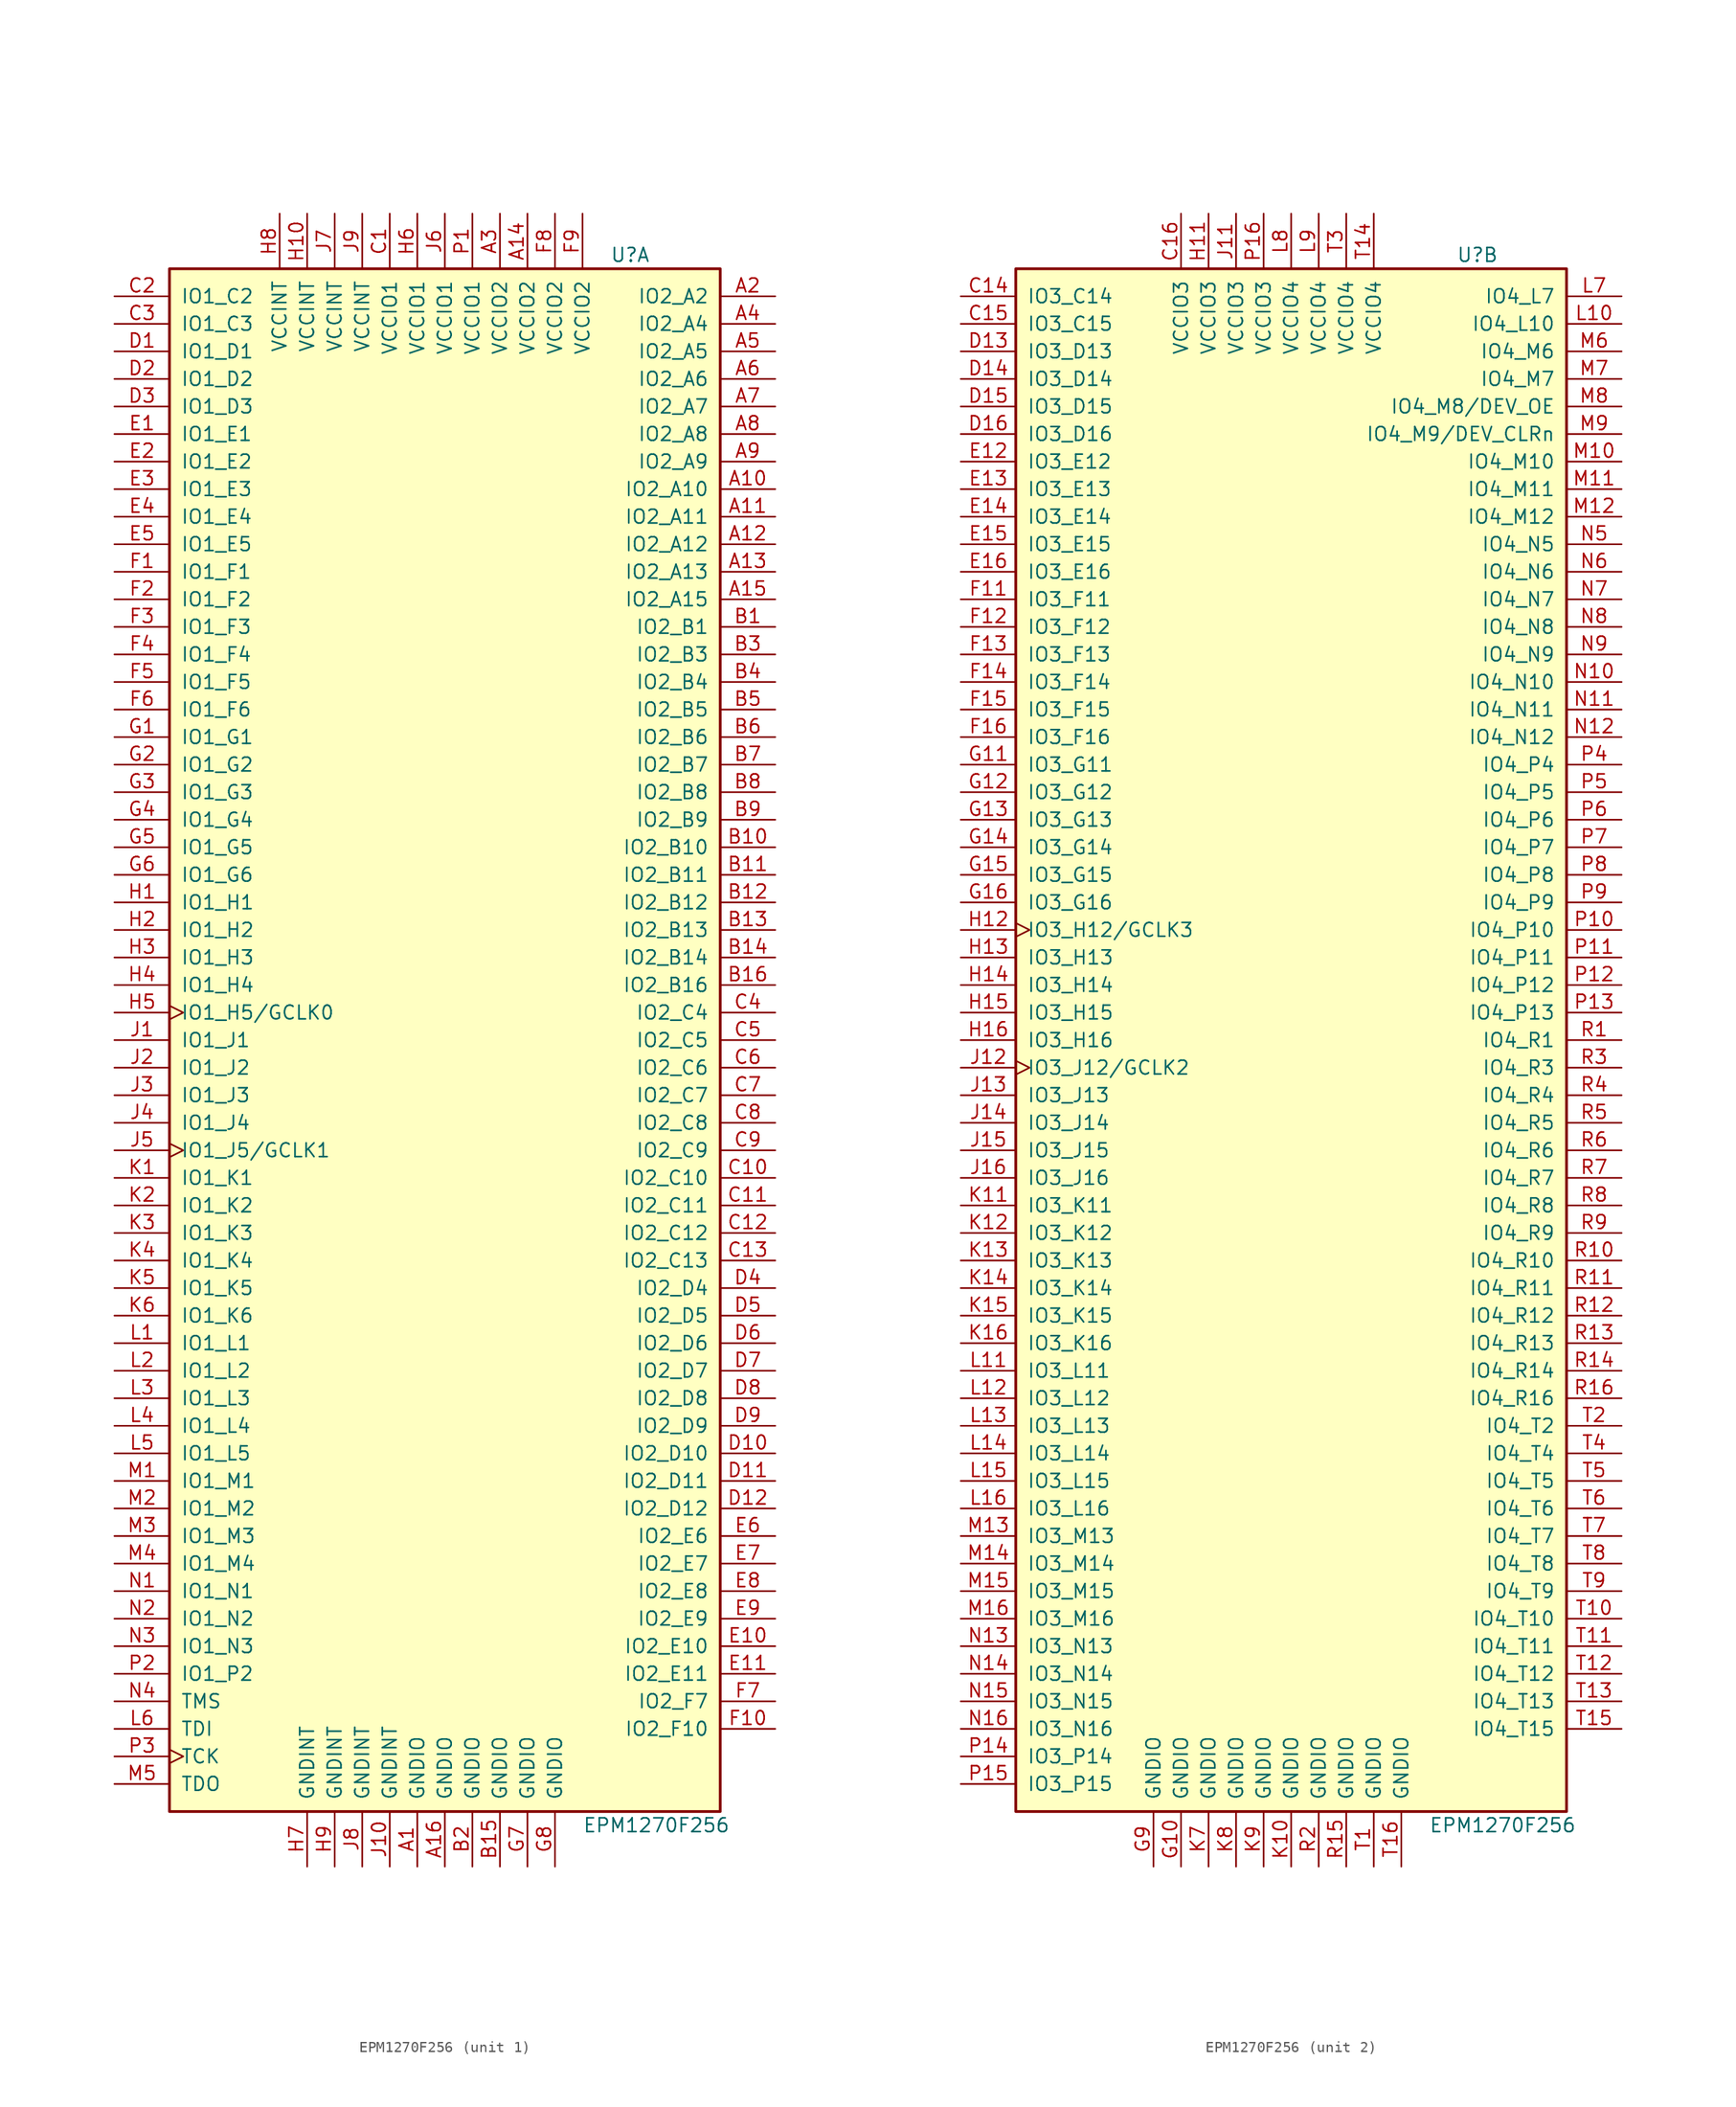
<source format=kicad_sym>
(kicad_symbol_lib
  (version 20201005)
  (generator kicad_symbol_editor)
  (symbol "EPM1270F256"
    (pin_names
      (offset 1.016))
    (property "Reference" "U"
      (at 15.24 72.39 0)
      (effects (font (size 1.27 1.27)) (justify left)))
    (property "Value" "EPM1270F256"
      (at 12.7 -72.39 0)
      (effects (font (size 1.27 1.27)) (justify left)))
    (property "ki_locked" ""
      (at 0 0 0)
      (effects (font (size 1.27 1.27))))
    (symbol "EPM1270F256_1_1"
      (rectangle (start -25.4 71.12) (end 25.4 -71.12) (stroke (width 0.254)) (fill (type background)))
      (pin bidirectional line (at 30.48 68.58 180) (length 5.08) (name "IO2_A2" (effects (font (size 1.27 1.27)))) (number "A2" (effects (font (size 1.27 1.27)))))
      (pin bidirectional line (at 30.48 66.04 180) (length 5.08) (name "IO2_A4" (effects (font (size 1.27 1.27)))) (number "A4" (effects (font (size 1.27 1.27)))))
      (pin bidirectional line (at 30.48 63.5 180) (length 5.08) (name "IO2_A5" (effects (font (size 1.27 1.27)))) (number "A5" (effects (font (size 1.27 1.27)))))
      (pin bidirectional line (at 30.48 60.96 180) (length 5.08) (name "IO2_A6" (effects (font (size 1.27 1.27)))) (number "A6" (effects (font (size 1.27 1.27)))))
      (pin bidirectional line (at 30.48 58.42 180) (length 5.08) (name "IO2_A7" (effects (font (size 1.27 1.27)))) (number "A7" (effects (font (size 1.27 1.27)))))
      (pin bidirectional line (at 30.48 55.88 180) (length 5.08) (name "IO2_A8" (effects (font (size 1.27 1.27)))) (number "A8" (effects (font (size 1.27 1.27)))))
      (pin bidirectional line (at 30.48 53.34 180) (length 5.08) (name "IO2_A9" (effects (font (size 1.27 1.27)))) (number "A9" (effects (font (size 1.27 1.27)))))
      (pin bidirectional line (at 30.48 50.8 180) (length 5.08) (name "IO2_A10" (effects (font (size 1.27 1.27)))) (number "A10" (effects (font (size 1.27 1.27)))))
      (pin bidirectional line (at 30.48 48.26 180) (length 5.08) (name "IO2_A11" (effects (font (size 1.27 1.27)))) (number "A11" (effects (font (size 1.27 1.27)))))
      (pin bidirectional line (at 30.48 45.72 180) (length 5.08) (name "IO2_A12" (effects (font (size 1.27 1.27)))) (number "A12" (effects (font (size 1.27 1.27)))))
      (pin bidirectional line (at 30.48 43.18 180) (length 5.08) (name "IO2_A13" (effects (font (size 1.27 1.27)))) (number "A13" (effects (font (size 1.27 1.27)))))
      (pin bidirectional line (at 30.48 40.64 180) (length 5.08) (name "IO2_A15" (effects (font (size 1.27 1.27)))) (number "A15" (effects (font (size 1.27 1.27)))))
      (pin bidirectional line (at 30.48 38.1 180) (length 5.08) (name "IO2_B1" (effects (font (size 1.27 1.27)))) (number "B1" (effects (font (size 1.27 1.27)))))
      (pin bidirectional line (at 30.48 35.56 180) (length 5.08) (name "IO2_B3" (effects (font (size 1.27 1.27)))) (number "B3" (effects (font (size 1.27 1.27)))))
      (pin bidirectional line (at 30.48 33.02 180) (length 5.08) (name "IO2_B4" (effects (font (size 1.27 1.27)))) (number "B4" (effects (font (size 1.27 1.27)))))
      (pin bidirectional line (at 30.48 30.48 180) (length 5.08) (name "IO2_B5" (effects (font (size 1.27 1.27)))) (number "B5" (effects (font (size 1.27 1.27)))))
      (pin bidirectional line (at 30.48 27.94 180) (length 5.08) (name "IO2_B6" (effects (font (size 1.27 1.27)))) (number "B6" (effects (font (size 1.27 1.27)))))
      (pin bidirectional line (at 30.48 25.4 180) (length 5.08) (name "IO2_B7" (effects (font (size 1.27 1.27)))) (number "B7" (effects (font (size 1.27 1.27)))))
      (pin bidirectional line (at 30.48 22.86 180) (length 5.08) (name "IO2_B8" (effects (font (size 1.27 1.27)))) (number "B8" (effects (font (size 1.27 1.27)))))
      (pin bidirectional line (at 30.48 20.32 180) (length 5.08) (name "IO2_B9" (effects (font (size 1.27 1.27)))) (number "B9" (effects (font (size 1.27 1.27)))))
      (pin bidirectional line (at 30.48 17.78 180) (length 5.08) (name "IO2_B10" (effects (font (size 1.27 1.27)))) (number "B10" (effects (font (size 1.27 1.27)))))
      (pin bidirectional line (at 30.48 15.24 180) (length 5.08) (name "IO2_B11" (effects (font (size 1.27 1.27)))) (number "B11" (effects (font (size 1.27 1.27)))))
      (pin bidirectional line (at 30.48 12.7 180) (length 5.08) (name "IO2_B12" (effects (font (size 1.27 1.27)))) (number "B12" (effects (font (size 1.27 1.27)))))
      (pin bidirectional line (at 30.48 10.16 180) (length 5.08) (name "IO2_B13" (effects (font (size 1.27 1.27)))) (number "B13" (effects (font (size 1.27 1.27)))))
      (pin bidirectional line (at 30.48 7.62 180) (length 5.08) (name "IO2_B14" (effects (font (size 1.27 1.27)))) (number "B14" (effects (font (size 1.27 1.27)))))
      (pin bidirectional line (at 30.48 5.08 180) (length 5.08) (name "IO2_B16" (effects (font (size 1.27 1.27)))) (number "B16" (effects (font (size 1.27 1.27)))))
      (pin bidirectional line (at -30.48 68.58 0) (length 5.08) (name "IO1_C2" (effects (font (size 1.27 1.27)))) (number "C2" (effects (font (size 1.27 1.27)))))
      (pin bidirectional line (at -30.48 66.04 0) (length 5.08) (name "IO1_C3" (effects (font (size 1.27 1.27)))) (number "C3" (effects (font (size 1.27 1.27)))))
      (pin bidirectional line (at 30.48 2.54 180) (length 5.08) (name "IO2_C4" (effects (font (size 1.27 1.27)))) (number "C4" (effects (font (size 1.27 1.27)))))
      (pin bidirectional line (at 30.48 0 180) (length 5.08) (name "IO2_C5" (effects (font (size 1.27 1.27)))) (number "C5" (effects (font (size 1.27 1.27)))))
      (pin bidirectional line (at 30.48 -2.54 180) (length 5.08) (name "IO2_C6" (effects (font (size 1.27 1.27)))) (number "C6" (effects (font (size 1.27 1.27)))))
      (pin bidirectional line (at 30.48 -5.08 180) (length 5.08) (name "IO2_C7" (effects (font (size 1.27 1.27)))) (number "C7" (effects (font (size 1.27 1.27)))))
      (pin bidirectional line (at 30.48 -7.62 180) (length 5.08) (name "IO2_C8" (effects (font (size 1.27 1.27)))) (number "C8" (effects (font (size 1.27 1.27)))))
      (pin bidirectional line (at 30.48 -10.16 180) (length 5.08) (name "IO2_C9" (effects (font (size 1.27 1.27)))) (number "C9" (effects (font (size 1.27 1.27)))))
      (pin bidirectional line (at 30.48 -12.7 180) (length 5.08) (name "IO2_C10" (effects (font (size 1.27 1.27)))) (number "C10" (effects (font (size 1.27 1.27)))))
      (pin bidirectional line (at 30.48 -15.24 180) (length 5.08) (name "IO2_C11" (effects (font (size 1.27 1.27)))) (number "C11" (effects (font (size 1.27 1.27)))))
      (pin bidirectional line (at 30.48 -17.78 180) (length 5.08) (name "IO2_C12" (effects (font (size 1.27 1.27)))) (number "C12" (effects (font (size 1.27 1.27)))))
      (pin bidirectional line (at 30.48 -20.32 180) (length 5.08) (name "IO2_C13" (effects (font (size 1.27 1.27)))) (number "C13" (effects (font (size 1.27 1.27)))))
      (pin bidirectional line (at -30.48 63.5 0) (length 5.08) (name "IO1_D1" (effects (font (size 1.27 1.27)))) (number "D1" (effects (font (size 1.27 1.27)))))
      (pin bidirectional line (at -30.48 60.96 0) (length 5.08) (name "IO1_D2" (effects (font (size 1.27 1.27)))) (number "D2" (effects (font (size 1.27 1.27)))))
      (pin bidirectional line (at -30.48 58.42 0) (length 5.08) (name "IO1_D3" (effects (font (size 1.27 1.27)))) (number "D3" (effects (font (size 1.27 1.27)))))
      (pin bidirectional line (at 30.48 -22.86 180) (length 5.08) (name "IO2_D4" (effects (font (size 1.27 1.27)))) (number "D4" (effects (font (size 1.27 1.27)))))
      (pin bidirectional line (at 30.48 -25.4 180) (length 5.08) (name "IO2_D5" (effects (font (size 1.27 1.27)))) (number "D5" (effects (font (size 1.27 1.27)))))
      (pin bidirectional line (at 30.48 -27.94 180) (length 5.08) (name "IO2_D6" (effects (font (size 1.27 1.27)))) (number "D6" (effects (font (size 1.27 1.27)))))
      (pin bidirectional line (at 30.48 -30.48 180) (length 5.08) (name "IO2_D7" (effects (font (size 1.27 1.27)))) (number "D7" (effects (font (size 1.27 1.27)))))
      (pin bidirectional line (at 30.48 -33.02 180) (length 5.08) (name "IO2_D8" (effects (font (size 1.27 1.27)))) (number "D8" (effects (font (size 1.27 1.27)))))
      (pin bidirectional line (at 30.48 -35.56 180) (length 5.08) (name "IO2_D9" (effects (font (size 1.27 1.27)))) (number "D9" (effects (font (size 1.27 1.27)))))
      (pin bidirectional line (at 30.48 -38.1 180) (length 5.08) (name "IO2_D10" (effects (font (size 1.27 1.27)))) (number "D10" (effects (font (size 1.27 1.27)))))
      (pin bidirectional line (at 30.48 -40.64 180) (length 5.08) (name "IO2_D11" (effects (font (size 1.27 1.27)))) (number "D11" (effects (font (size 1.27 1.27)))))
      (pin bidirectional line (at 30.48 -43.18 180) (length 5.08) (name "IO2_D12" (effects (font (size 1.27 1.27)))) (number "D12" (effects (font (size 1.27 1.27)))))
      (pin bidirectional line (at -30.48 55.88 0) (length 5.08) (name "IO1_E1" (effects (font (size 1.27 1.27)))) (number "E1" (effects (font (size 1.27 1.27)))))
      (pin bidirectional line (at -30.48 53.34 0) (length 5.08) (name "IO1_E2" (effects (font (size 1.27 1.27)))) (number "E2" (effects (font (size 1.27 1.27)))))
      (pin bidirectional line (at -30.48 50.8 0) (length 5.08) (name "IO1_E3" (effects (font (size 1.27 1.27)))) (number "E3" (effects (font (size 1.27 1.27)))))
      (pin bidirectional line (at -30.48 48.26 0) (length 5.08) (name "IO1_E4" (effects (font (size 1.27 1.27)))) (number "E4" (effects (font (size 1.27 1.27)))))
      (pin bidirectional line (at -30.48 45.72 0) (length 5.08) (name "IO1_E5" (effects (font (size 1.27 1.27)))) (number "E5" (effects (font (size 1.27 1.27)))))
      (pin bidirectional line (at 30.48 -45.72 180) (length 5.08) (name "IO2_E6" (effects (font (size 1.27 1.27)))) (number "E6" (effects (font (size 1.27 1.27)))))
      (pin bidirectional line (at 30.48 -48.26 180) (length 5.08) (name "IO2_E7" (effects (font (size 1.27 1.27)))) (number "E7" (effects (font (size 1.27 1.27)))))
      (pin bidirectional line (at 30.48 -50.8 180) (length 5.08) (name "IO2_E8" (effects (font (size 1.27 1.27)))) (number "E8" (effects (font (size 1.27 1.27)))))
      (pin bidirectional line (at 30.48 -53.34 180) (length 5.08) (name "IO2_E9" (effects (font (size 1.27 1.27)))) (number "E9" (effects (font (size 1.27 1.27)))))
      (pin bidirectional line (at 30.48 -55.88 180) (length 5.08) (name "IO2_E10" (effects (font (size 1.27 1.27)))) (number "E10" (effects (font (size 1.27 1.27)))))
      (pin bidirectional line (at 30.48 -58.42 180) (length 5.08) (name "IO2_E11" (effects (font (size 1.27 1.27)))) (number "E11" (effects (font (size 1.27 1.27)))))
      (pin bidirectional line (at -30.48 43.18 0) (length 5.08) (name "IO1_F1" (effects (font (size 1.27 1.27)))) (number "F1" (effects (font (size 1.27 1.27)))))
      (pin bidirectional line (at -30.48 40.64 0) (length 5.08) (name "IO1_F2" (effects (font (size 1.27 1.27)))) (number "F2" (effects (font (size 1.27 1.27)))))
      (pin bidirectional line (at -30.48 38.1 0) (length 5.08) (name "IO1_F3" (effects (font (size 1.27 1.27)))) (number "F3" (effects (font (size 1.27 1.27)))))
      (pin bidirectional line (at -30.48 35.56 0) (length 5.08) (name "IO1_F4" (effects (font (size 1.27 1.27)))) (number "F4" (effects (font (size 1.27 1.27)))))
      (pin bidirectional line (at -30.48 33.02 0) (length 5.08) (name "IO1_F5" (effects (font (size 1.27 1.27)))) (number "F5" (effects (font (size 1.27 1.27)))))
      (pin bidirectional line (at -30.48 30.48 0) (length 5.08) (name "IO1_F6" (effects (font (size 1.27 1.27)))) (number "F6" (effects (font (size 1.27 1.27)))))
      (pin bidirectional line (at 30.48 -60.96 180) (length 5.08) (name "IO2_F7" (effects (font (size 1.27 1.27)))) (number "F7" (effects (font (size 1.27 1.27)))))
      (pin bidirectional line (at 30.48 -63.5 180) (length 5.08) (name "IO2_F10" (effects (font (size 1.27 1.27)))) (number "F10" (effects (font (size 1.27 1.27)))))
      (pin bidirectional line (at -30.48 27.94 0) (length 5.08) (name "IO1_G1" (effects (font (size 1.27 1.27)))) (number "G1" (effects (font (size 1.27 1.27)))))
      (pin bidirectional line (at -30.48 25.4 0) (length 5.08) (name "IO1_G2" (effects (font (size 1.27 1.27)))) (number "G2" (effects (font (size 1.27 1.27)))))
      (pin bidirectional line (at -30.48 22.86 0) (length 5.08) (name "IO1_G3" (effects (font (size 1.27 1.27)))) (number "G3" (effects (font (size 1.27 1.27)))))
      (pin bidirectional line (at -30.48 20.32 0) (length 5.08) (name "IO1_G4" (effects (font (size 1.27 1.27)))) (number "G4" (effects (font (size 1.27 1.27)))))
      (pin bidirectional line (at -30.48 17.78 0) (length 5.08) (name "IO1_G5" (effects (font (size 1.27 1.27)))) (number "G5" (effects (font (size 1.27 1.27)))))
      (pin bidirectional line (at -30.48 15.24 0) (length 5.08) (name "IO1_G6" (effects (font (size 1.27 1.27)))) (number "G6" (effects (font (size 1.27 1.27)))))
      (pin bidirectional line (at -30.48 12.7 0) (length 5.08) (name "IO1_H1" (effects (font (size 1.27 1.27)))) (number "H1" (effects (font (size 1.27 1.27)))))
      (pin bidirectional line (at -30.48 10.16 0) (length 5.08) (name "IO1_H2" (effects (font (size 1.27 1.27)))) (number "H2" (effects (font (size 1.27 1.27)))))
      (pin bidirectional line (at -30.48 7.62 0) (length 5.08) (name "IO1_H3" (effects (font (size 1.27 1.27)))) (number "H3" (effects (font (size 1.27 1.27)))))
      (pin bidirectional line (at -30.48 5.08 0) (length 5.08) (name "IO1_H4" (effects (font (size 1.27 1.27)))) (number "H4" (effects (font (size 1.27 1.27)))))
      (pin bidirectional clock (at -30.48 2.54 0) (length 5.08) (name "IO1_H5/GCLK0" (effects (font (size 1.27 1.27)))) (number "H5" (effects (font (size 1.27 1.27)))))
      (pin bidirectional line (at -30.48 0 0) (length 5.08) (name "IO1_J1" (effects (font (size 1.27 1.27)))) (number "J1" (effects (font (size 1.27 1.27)))))
      (pin bidirectional line (at -30.48 -2.54 0) (length 5.08) (name "IO1_J2" (effects (font (size 1.27 1.27)))) (number "J2" (effects (font (size 1.27 1.27)))))
      (pin bidirectional line (at -30.48 -5.08 0) (length 5.08) (name "IO1_J3" (effects (font (size 1.27 1.27)))) (number "J3" (effects (font (size 1.27 1.27)))))
      (pin bidirectional line (at -30.48 -7.62 0) (length 5.08) (name "IO1_J4" (effects (font (size 1.27 1.27)))) (number "J4" (effects (font (size 1.27 1.27)))))
      (pin bidirectional clock (at -30.48 -10.16 0) (length 5.08) (name "IO1_J5/GCLK1" (effects (font (size 1.27 1.27)))) (number "J5" (effects (font (size 1.27 1.27)))))
      (pin bidirectional line (at -30.48 -12.7 0) (length 5.08) (name "IO1_K1" (effects (font (size 1.27 1.27)))) (number "K1" (effects (font (size 1.27 1.27)))))
      (pin bidirectional line (at -30.48 -15.24 0) (length 5.08) (name "IO1_K2" (effects (font (size 1.27 1.27)))) (number "K2" (effects (font (size 1.27 1.27)))))
      (pin bidirectional line (at -30.48 -17.78 0) (length 5.08) (name "IO1_K3" (effects (font (size 1.27 1.27)))) (number "K3" (effects (font (size 1.27 1.27)))))
      (pin bidirectional line (at -30.48 -20.32 0) (length 5.08) (name "IO1_K4" (effects (font (size 1.27 1.27)))) (number "K4" (effects (font (size 1.27 1.27)))))
      (pin bidirectional line (at -30.48 -22.86 0) (length 5.08) (name "IO1_K5" (effects (font (size 1.27 1.27)))) (number "K5" (effects (font (size 1.27 1.27)))))
      (pin bidirectional line (at -30.48 -25.4 0) (length 5.08) (name "IO1_K6" (effects (font (size 1.27 1.27)))) (number "K6" (effects (font (size 1.27 1.27)))))
      (pin bidirectional line (at -30.48 -27.94 0) (length 5.08) (name "IO1_L1" (effects (font (size 1.27 1.27)))) (number "L1" (effects (font (size 1.27 1.27)))))
      (pin bidirectional line (at -30.48 -30.48 0) (length 5.08) (name "IO1_L2" (effects (font (size 1.27 1.27)))) (number "L2" (effects (font (size 1.27 1.27)))))
      (pin bidirectional line (at -30.48 -33.02 0) (length 5.08) (name "IO1_L3" (effects (font (size 1.27 1.27)))) (number "L3" (effects (font (size 1.27 1.27)))))
      (pin bidirectional line (at -30.48 -35.56 0) (length 5.08) (name "IO1_L4" (effects (font (size 1.27 1.27)))) (number "L4" (effects (font (size 1.27 1.27)))))
      (pin bidirectional line (at -30.48 -38.1 0) (length 5.08) (name "IO1_L5" (effects (font (size 1.27 1.27)))) (number "L5" (effects (font (size 1.27 1.27)))))
      (pin bidirectional line (at -30.48 -40.64 0) (length 5.08) (name "IO1_M1" (effects (font (size 1.27 1.27)))) (number "M1" (effects (font (size 1.27 1.27)))))
      (pin bidirectional line (at -30.48 -43.18 0) (length 5.08) (name "IO1_M2" (effects (font (size 1.27 1.27)))) (number "M2" (effects (font (size 1.27 1.27)))))
      (pin bidirectional line (at -30.48 -45.72 0) (length 5.08) (name "IO1_M3" (effects (font (size 1.27 1.27)))) (number "M3" (effects (font (size 1.27 1.27)))))
      (pin bidirectional line (at -30.48 -48.26 0) (length 5.08) (name "IO1_M4" (effects (font (size 1.27 1.27)))) (number "M4" (effects (font (size 1.27 1.27)))))
      (pin bidirectional line (at -30.48 -50.8 0) (length 5.08) (name "IO1_N1" (effects (font (size 1.27 1.27)))) (number "N1" (effects (font (size 1.27 1.27)))))
      (pin bidirectional line (at -30.48 -53.34 0) (length 5.08) (name "IO1_N2" (effects (font (size 1.27 1.27)))) (number "N2" (effects (font (size 1.27 1.27)))))
      (pin bidirectional line (at -30.48 -55.88 0) (length 5.08) (name "IO1_N3" (effects (font (size 1.27 1.27)))) (number "N3" (effects (font (size 1.27 1.27)))))
      (pin bidirectional line (at -30.48 -58.42 0) (length 5.08) (name "IO1_P2" (effects (font (size 1.27 1.27)))) (number "P2" (effects (font (size 1.27 1.27)))))
      (pin input line (at -30.48 -60.96 0) (length 5.08) (name "TMS" (effects (font (size 1.27 1.27)))) (number "N4" (effects (font (size 1.27 1.27)))))
      (pin input line (at -30.48 -63.5 0) (length 5.08) (name "TDI" (effects (font (size 1.27 1.27)))) (number "L6" (effects (font (size 1.27 1.27)))))
      (pin input clock (at -30.48 -66.04 0) (length 5.08) (name "TCK" (effects (font (size 1.27 1.27)))) (number "P3" (effects (font (size 1.27 1.27)))))
      (pin output line (at -30.48 -68.58 0) (length 5.08) (name "TDO" (effects (font (size 1.27 1.27)))) (number "M5" (effects (font (size 1.27 1.27)))))
      (pin power_in line (at -12.7 -76.2 90) (length 5.08) (name "GNDINT" (effects (font (size 1.27 1.27)))) (number "H7" (effects (font (size 1.27 1.27)))))
      (pin power_in line (at -10.16 -76.2 90) (length 5.08) (name "GNDINT" (effects (font (size 1.27 1.27)))) (number "H9" (effects (font (size 1.27 1.27)))))
      (pin power_in line (at -7.62 -76.2 90) (length 5.08) (name "GNDINT" (effects (font (size 1.27 1.27)))) (number "J8" (effects (font (size 1.27 1.27)))))
      (pin power_in line (at -5.08 -76.2 90) (length 5.08) (name "GNDINT" (effects (font (size 1.27 1.27)))) (number "J10" (effects (font (size 1.27 1.27)))))
      (pin power_in line (at -2.54 -76.2 90) (length 5.08) (name "GNDIO" (effects (font (size 1.27 1.27)))) (number "A1" (effects (font (size 1.27 1.27)))))
      (pin power_in line (at 0 -76.2 90) (length 5.08) (name "GNDIO" (effects (font (size 1.27 1.27)))) (number "A16" (effects (font (size 1.27 1.27)))))
      (pin power_in line (at 2.54 -76.2 90) (length 5.08) (name "GNDIO" (effects (font (size 1.27 1.27)))) (number "B2" (effects (font (size 1.27 1.27)))))
      (pin power_in line (at 5.08 -76.2 90) (length 5.08) (name "GNDIO" (effects (font (size 1.27 1.27)))) (number "B15" (effects (font (size 1.27 1.27)))))
      (pin power_in line (at 7.62 -76.2 90) (length 5.08) (name "GNDIO" (effects (font (size 1.27 1.27)))) (number "G7" (effects (font (size 1.27 1.27)))))
      (pin power_in line (at 10.16 -76.2 90) (length 5.08) (name "GNDIO" (effects (font (size 1.27 1.27)))) (number "G8" (effects (font (size 1.27 1.27)))))
      (pin power_in line (at -15.24 76.2 270) (length 5.08) (name "VCCINT" (effects (font (size 1.27 1.27)))) (number "H8" (effects (font (size 1.27 1.27)))))
      (pin power_in line (at -12.7 76.2 270) (length 5.08) (name "VCCINT" (effects (font (size 1.27 1.27)))) (number "H10" (effects (font (size 1.27 1.27)))))
      (pin power_in line (at -10.16 76.2 270) (length 5.08) (name "VCCINT" (effects (font (size 1.27 1.27)))) (number "J7" (effects (font (size 1.27 1.27)))))
      (pin power_in line (at -7.62 76.2 270) (length 5.08) (name "VCCINT" (effects (font (size 1.27 1.27)))) (number "J9" (effects (font (size 1.27 1.27)))))
      (pin power_in line (at -5.08 76.2 270) (length 5.08) (name "VCCIO1" (effects (font (size 1.27 1.27)))) (number "C1" (effects (font (size 1.27 1.27)))))
      (pin power_in line (at -2.54 76.2 270) (length 5.08) (name "VCCIO1" (effects (font (size 1.27 1.27)))) (number "H6" (effects (font (size 1.27 1.27)))))
      (pin power_in line (at 0 76.2 270) (length 5.08) (name "VCCIO1" (effects (font (size 1.27 1.27)))) (number "J6" (effects (font (size 1.27 1.27)))))
      (pin power_in line (at 2.54 76.2 270) (length 5.08) (name "VCCIO1" (effects (font (size 1.27 1.27)))) (number "P1" (effects (font (size 1.27 1.27)))))
      (pin power_in line (at 5.08 76.2 270) (length 5.08) (name "VCCIO2" (effects (font (size 1.27 1.27)))) (number "A3" (effects (font (size 1.27 1.27)))))
      (pin power_in line (at 7.62 76.2 270) (length 5.08) (name "VCCIO2" (effects (font (size 1.27 1.27)))) (number "A14" (effects (font (size 1.27 1.27)))))
      (pin power_in line (at 10.16 76.2 270) (length 5.08) (name "VCCIO2" (effects (font (size 1.27 1.27)))) (number "F8" (effects (font (size 1.27 1.27)))))
      (pin power_in line (at 12.7 76.2 270) (length 5.08) (name "VCCIO2" (effects (font (size 1.27 1.27)))) (number "F9" (effects (font (size 1.27 1.27))))))
    (symbol "EPM1270F256_2_1"
      (rectangle (start -25.4 71.12) (end 25.4 -71.12) (stroke (width 0.254)) (fill (type background)))
      (pin bidirectional line (at -30.48 68.58 0) (length 5.08) (name "IO3_C14" (effects (font (size 1.27 1.27)))) (number "C14" (effects (font (size 1.27 1.27)))))
      (pin bidirectional line (at -30.48 66.04 0) (length 5.08) (name "IO3_C15" (effects (font (size 1.27 1.27)))) (number "C15" (effects (font (size 1.27 1.27)))))
      (pin bidirectional line (at -30.48 63.5 0) (length 5.08) (name "IO3_D13" (effects (font (size 1.27 1.27)))) (number "D13" (effects (font (size 1.27 1.27)))))
      (pin bidirectional line (at -30.48 60.96 0) (length 5.08) (name "IO3_D14" (effects (font (size 1.27 1.27)))) (number "D14" (effects (font (size 1.27 1.27)))))
      (pin bidirectional line (at -30.48 58.42 0) (length 5.08) (name "IO3_D15" (effects (font (size 1.27 1.27)))) (number "D15" (effects (font (size 1.27 1.27)))))
      (pin bidirectional line (at -30.48 55.88 0) (length 5.08) (name "IO3_D16" (effects (font (size 1.27 1.27)))) (number "D16" (effects (font (size 1.27 1.27)))))
      (pin bidirectional line (at -30.48 53.34 0) (length 5.08) (name "IO3_E12" (effects (font (size 1.27 1.27)))) (number "E12" (effects (font (size 1.27 1.27)))))
      (pin bidirectional line (at -30.48 50.8 0) (length 5.08) (name "IO3_E13" (effects (font (size 1.27 1.27)))) (number "E13" (effects (font (size 1.27 1.27)))))
      (pin bidirectional line (at -30.48 48.26 0) (length 5.08) (name "IO3_E14" (effects (font (size 1.27 1.27)))) (number "E14" (effects (font (size 1.27 1.27)))))
      (pin bidirectional line (at -30.48 45.72 0) (length 5.08) (name "IO3_E15" (effects (font (size 1.27 1.27)))) (number "E15" (effects (font (size 1.27 1.27)))))
      (pin bidirectional line (at -30.48 43.18 0) (length 5.08) (name "IO3_E16" (effects (font (size 1.27 1.27)))) (number "E16" (effects (font (size 1.27 1.27)))))
      (pin bidirectional line (at -30.48 40.64 0) (length 5.08) (name "IO3_F11" (effects (font (size 1.27 1.27)))) (number "F11" (effects (font (size 1.27 1.27)))))
      (pin bidirectional line (at -30.48 38.1 0) (length 5.08) (name "IO3_F12" (effects (font (size 1.27 1.27)))) (number "F12" (effects (font (size 1.27 1.27)))))
      (pin bidirectional line (at -30.48 35.56 0) (length 5.08) (name "IO3_F13" (effects (font (size 1.27 1.27)))) (number "F13" (effects (font (size 1.27 1.27)))))
      (pin bidirectional line (at -30.48 33.02 0) (length 5.08) (name "IO3_F14" (effects (font (size 1.27 1.27)))) (number "F14" (effects (font (size 1.27 1.27)))))
      (pin bidirectional line (at -30.48 30.48 0) (length 5.08) (name "IO3_F15" (effects (font (size 1.27 1.27)))) (number "F15" (effects (font (size 1.27 1.27)))))
      (pin bidirectional line (at -30.48 27.94 0) (length 5.08) (name "IO3_F16" (effects (font (size 1.27 1.27)))) (number "F16" (effects (font (size 1.27 1.27)))))
      (pin bidirectional line (at -30.48 25.4 0) (length 5.08) (name "IO3_G11" (effects (font (size 1.27 1.27)))) (number "G11" (effects (font (size 1.27 1.27)))))
      (pin bidirectional line (at -30.48 22.86 0) (length 5.08) (name "IO3_G12" (effects (font (size 1.27 1.27)))) (number "G12" (effects (font (size 1.27 1.27)))))
      (pin bidirectional line (at -30.48 20.32 0) (length 5.08) (name "IO3_G13" (effects (font (size 1.27 1.27)))) (number "G13" (effects (font (size 1.27 1.27)))))
      (pin bidirectional line (at -30.48 17.78 0) (length 5.08) (name "IO3_G14" (effects (font (size 1.27 1.27)))) (number "G14" (effects (font (size 1.27 1.27)))))
      (pin bidirectional line (at -30.48 15.24 0) (length 5.08) (name "IO3_G15" (effects (font (size 1.27 1.27)))) (number "G15" (effects (font (size 1.27 1.27)))))
      (pin bidirectional line (at -30.48 12.7 0) (length 5.08) (name "IO3_G16" (effects (font (size 1.27 1.27)))) (number "G16" (effects (font (size 1.27 1.27)))))
      (pin bidirectional clock (at -30.48 10.16 0) (length 5.08) (name "IO3_H12/GCLK3" (effects (font (size 1.27 1.27)))) (number "H12" (effects (font (size 1.27 1.27)))))
      (pin bidirectional line (at -30.48 7.62 0) (length 5.08) (name "IO3_H13" (effects (font (size 1.27 1.27)))) (number "H13" (effects (font (size 1.27 1.27)))))
      (pin bidirectional line (at -30.48 5.08 0) (length 5.08) (name "IO3_H14" (effects (font (size 1.27 1.27)))) (number "H14" (effects (font (size 1.27 1.27)))))
      (pin bidirectional line (at -30.48 2.54 0) (length 5.08) (name "IO3_H15" (effects (font (size 1.27 1.27)))) (number "H15" (effects (font (size 1.27 1.27)))))
      (pin bidirectional line (at -30.48 0 0) (length 5.08) (name "IO3_H16" (effects (font (size 1.27 1.27)))) (number "H16" (effects (font (size 1.27 1.27)))))
      (pin bidirectional clock (at -30.48 -2.54 0) (length 5.08) (name "IO3_J12/GCLK2" (effects (font (size 1.27 1.27)))) (number "J12" (effects (font (size 1.27 1.27)))))
      (pin bidirectional line (at -30.48 -5.08 0) (length 5.08) (name "IO3_J13" (effects (font (size 1.27 1.27)))) (number "J13" (effects (font (size 1.27 1.27)))))
      (pin bidirectional line (at -30.48 -7.62 0) (length 5.08) (name "IO3_J14" (effects (font (size 1.27 1.27)))) (number "J14" (effects (font (size 1.27 1.27)))))
      (pin bidirectional line (at -30.48 -10.16 0) (length 5.08) (name "IO3_J15" (effects (font (size 1.27 1.27)))) (number "J15" (effects (font (size 1.27 1.27)))))
      (pin bidirectional line (at -30.48 -12.7 0) (length 5.08) (name "IO3_J16" (effects (font (size 1.27 1.27)))) (number "J16" (effects (font (size 1.27 1.27)))))
      (pin bidirectional line (at -30.48 -15.24 0) (length 5.08) (name "IO3_K11" (effects (font (size 1.27 1.27)))) (number "K11" (effects (font (size 1.27 1.27)))))
      (pin bidirectional line (at -30.48 -17.78 0) (length 5.08) (name "IO3_K12" (effects (font (size 1.27 1.27)))) (number "K12" (effects (font (size 1.27 1.27)))))
      (pin bidirectional line (at -30.48 -20.32 0) (length 5.08) (name "IO3_K13" (effects (font (size 1.27 1.27)))) (number "K13" (effects (font (size 1.27 1.27)))))
      (pin bidirectional line (at -30.48 -22.86 0) (length 5.08) (name "IO3_K14" (effects (font (size 1.27 1.27)))) (number "K14" (effects (font (size 1.27 1.27)))))
      (pin bidirectional line (at -30.48 -25.4 0) (length 5.08) (name "IO3_K15" (effects (font (size 1.27 1.27)))) (number "K15" (effects (font (size 1.27 1.27)))))
      (pin bidirectional line (at -30.48 -27.94 0) (length 5.08) (name "IO3_K16" (effects (font (size 1.27 1.27)))) (number "K16" (effects (font (size 1.27 1.27)))))
      (pin bidirectional line (at 30.48 68.58 180) (length 5.08) (name "IO4_L7" (effects (font (size 1.27 1.27)))) (number "L7" (effects (font (size 1.27 1.27)))))
      (pin bidirectional line (at 30.48 66.04 180) (length 5.08) (name "IO4_L10" (effects (font (size 1.27 1.27)))) (number "L10" (effects (font (size 1.27 1.27)))))
      (pin bidirectional line (at -30.48 -30.48 0) (length 5.08) (name "IO3_L11" (effects (font (size 1.27 1.27)))) (number "L11" (effects (font (size 1.27 1.27)))))
      (pin bidirectional line (at -30.48 -33.02 0) (length 5.08) (name "IO3_L12" (effects (font (size 1.27 1.27)))) (number "L12" (effects (font (size 1.27 1.27)))))
      (pin bidirectional line (at -30.48 -35.56 0) (length 5.08) (name "IO3_L13" (effects (font (size 1.27 1.27)))) (number "L13" (effects (font (size 1.27 1.27)))))
      (pin bidirectional line (at -30.48 -38.1 0) (length 5.08) (name "IO3_L14" (effects (font (size 1.27 1.27)))) (number "L14" (effects (font (size 1.27 1.27)))))
      (pin bidirectional line (at -30.48 -40.64 0) (length 5.08) (name "IO3_L15" (effects (font (size 1.27 1.27)))) (number "L15" (effects (font (size 1.27 1.27)))))
      (pin bidirectional line (at -30.48 -43.18 0) (length 5.08) (name "IO3_L16" (effects (font (size 1.27 1.27)))) (number "L16" (effects (font (size 1.27 1.27)))))
      (pin bidirectional line (at 30.48 63.5 180) (length 5.08) (name "IO4_M6" (effects (font (size 1.27 1.27)))) (number "M6" (effects (font (size 1.27 1.27)))))
      (pin bidirectional line (at 30.48 60.96 180) (length 5.08) (name "IO4_M7" (effects (font (size 1.27 1.27)))) (number "M7" (effects (font (size 1.27 1.27)))))
      (pin bidirectional line (at 30.48 58.42 180) (length 5.08) (name "IO4_M8/DEV_OE" (effects (font (size 1.27 1.27)))) (number "M8" (effects (font (size 1.27 1.27)))))
      (pin bidirectional line (at 30.48 55.88 180) (length 5.08) (name "IO4_M9/DEV_CLRn" (effects (font (size 1.27 1.27)))) (number "M9" (effects (font (size 1.27 1.27)))))
      (pin bidirectional line (at 30.48 53.34 180) (length 5.08) (name "IO4_M10" (effects (font (size 1.27 1.27)))) (number "M10" (effects (font (size 1.27 1.27)))))
      (pin bidirectional line (at 30.48 50.8 180) (length 5.08) (name "IO4_M11" (effects (font (size 1.27 1.27)))) (number "M11" (effects (font (size 1.27 1.27)))))
      (pin bidirectional line (at 30.48 48.26 180) (length 5.08) (name "IO4_M12" (effects (font (size 1.27 1.27)))) (number "M12" (effects (font (size 1.27 1.27)))))
      (pin bidirectional line (at -30.48 -45.72 0) (length 5.08) (name "IO3_M13" (effects (font (size 1.27 1.27)))) (number "M13" (effects (font (size 1.27 1.27)))))
      (pin bidirectional line (at -30.48 -48.26 0) (length 5.08) (name "IO3_M14" (effects (font (size 1.27 1.27)))) (number "M14" (effects (font (size 1.27 1.27)))))
      (pin bidirectional line (at -30.48 -50.8 0) (length 5.08) (name "IO3_M15" (effects (font (size 1.27 1.27)))) (number "M15" (effects (font (size 1.27 1.27)))))
      (pin bidirectional line (at -30.48 -53.34 0) (length 5.08) (name "IO3_M16" (effects (font (size 1.27 1.27)))) (number "M16" (effects (font (size 1.27 1.27)))))
      (pin bidirectional line (at 30.48 45.72 180) (length 5.08) (name "IO4_N5" (effects (font (size 1.27 1.27)))) (number "N5" (effects (font (size 1.27 1.27)))))
      (pin bidirectional line (at 30.48 43.18 180) (length 5.08) (name "IO4_N6" (effects (font (size 1.27 1.27)))) (number "N6" (effects (font (size 1.27 1.27)))))
      (pin bidirectional line (at 30.48 40.64 180) (length 5.08) (name "IO4_N7" (effects (font (size 1.27 1.27)))) (number "N7" (effects (font (size 1.27 1.27)))))
      (pin bidirectional line (at 30.48 38.1 180) (length 5.08) (name "IO4_N8" (effects (font (size 1.27 1.27)))) (number "N8" (effects (font (size 1.27 1.27)))))
      (pin bidirectional line (at 30.48 35.56 180) (length 5.08) (name "IO4_N9" (effects (font (size 1.27 1.27)))) (number "N9" (effects (font (size 1.27 1.27)))))
      (pin bidirectional line (at 30.48 33.02 180) (length 5.08) (name "IO4_N10" (effects (font (size 1.27 1.27)))) (number "N10" (effects (font (size 1.27 1.27)))))
      (pin bidirectional line (at 30.48 30.48 180) (length 5.08) (name "IO4_N11" (effects (font (size 1.27 1.27)))) (number "N11" (effects (font (size 1.27 1.27)))))
      (pin bidirectional line (at 30.48 27.94 180) (length 5.08) (name "IO4_N12" (effects (font (size 1.27 1.27)))) (number "N12" (effects (font (size 1.27 1.27)))))
      (pin bidirectional line (at -30.48 -55.88 0) (length 5.08) (name "IO3_N13" (effects (font (size 1.27 1.27)))) (number "N13" (effects (font (size 1.27 1.27)))))
      (pin bidirectional line (at -30.48 -58.42 0) (length 5.08) (name "IO3_N14" (effects (font (size 1.27 1.27)))) (number "N14" (effects (font (size 1.27 1.27)))))
      (pin bidirectional line (at -30.48 -60.96 0) (length 5.08) (name "IO3_N15" (effects (font (size 1.27 1.27)))) (number "N15" (effects (font (size 1.27 1.27)))))
      (pin bidirectional line (at -30.48 -63.5 0) (length 5.08) (name "IO3_N16" (effects (font (size 1.27 1.27)))) (number "N16" (effects (font (size 1.27 1.27)))))
      (pin bidirectional line (at 30.48 25.4 180) (length 5.08) (name "IO4_P4" (effects (font (size 1.27 1.27)))) (number "P4" (effects (font (size 1.27 1.27)))))
      (pin bidirectional line (at 30.48 22.86 180) (length 5.08) (name "IO4_P5" (effects (font (size 1.27 1.27)))) (number "P5" (effects (font (size 1.27 1.27)))))
      (pin bidirectional line (at 30.48 20.32 180) (length 5.08) (name "IO4_P6" (effects (font (size 1.27 1.27)))) (number "P6" (effects (font (size 1.27 1.27)))))
      (pin bidirectional line (at 30.48 17.78 180) (length 5.08) (name "IO4_P7" (effects (font (size 1.27 1.27)))) (number "P7" (effects (font (size 1.27 1.27)))))
      (pin bidirectional line (at 30.48 15.24 180) (length 5.08) (name "IO4_P8" (effects (font (size 1.27 1.27)))) (number "P8" (effects (font (size 1.27 1.27)))))
      (pin bidirectional line (at 30.48 12.7 180) (length 5.08) (name "IO4_P9" (effects (font (size 1.27 1.27)))) (number "P9" (effects (font (size 1.27 1.27)))))
      (pin bidirectional line (at 30.48 10.16 180) (length 5.08) (name "IO4_P10" (effects (font (size 1.27 1.27)))) (number "P10" (effects (font (size 1.27 1.27)))))
      (pin bidirectional line (at 30.48 7.62 180) (length 5.08) (name "IO4_P11" (effects (font (size 1.27 1.27)))) (number "P11" (effects (font (size 1.27 1.27)))))
      (pin bidirectional line (at 30.48 5.08 180) (length 5.08) (name "IO4_P12" (effects (font (size 1.27 1.27)))) (number "P12" (effects (font (size 1.27 1.27)))))
      (pin bidirectional line (at 30.48 2.54 180) (length 5.08) (name "IO4_P13" (effects (font (size 1.27 1.27)))) (number "P13" (effects (font (size 1.27 1.27)))))
      (pin bidirectional line (at -30.48 -66.04 0) (length 5.08) (name "IO3_P14" (effects (font (size 1.27 1.27)))) (number "P14" (effects (font (size 1.27 1.27)))))
      (pin bidirectional line (at -30.48 -68.58 0) (length 5.08) (name "IO3_P15" (effects (font (size 1.27 1.27)))) (number "P15" (effects (font (size 1.27 1.27)))))
      (pin bidirectional line (at 30.48 0 180) (length 5.08) (name "IO4_R1" (effects (font (size 1.27 1.27)))) (number "R1" (effects (font (size 1.27 1.27)))))
      (pin bidirectional line (at 30.48 -2.54 180) (length 5.08) (name "IO4_R3" (effects (font (size 1.27 1.27)))) (number "R3" (effects (font (size 1.27 1.27)))))
      (pin bidirectional line (at 30.48 -5.08 180) (length 5.08) (name "IO4_R4" (effects (font (size 1.27 1.27)))) (number "R4" (effects (font (size 1.27 1.27)))))
      (pin bidirectional line (at 30.48 -7.62 180) (length 5.08) (name "IO4_R5" (effects (font (size 1.27 1.27)))) (number "R5" (effects (font (size 1.27 1.27)))))
      (pin bidirectional line (at 30.48 -10.16 180) (length 5.08) (name "IO4_R6" (effects (font (size 1.27 1.27)))) (number "R6" (effects (font (size 1.27 1.27)))))
      (pin bidirectional line (at 30.48 -12.7 180) (length 5.08) (name "IO4_R7" (effects (font (size 1.27 1.27)))) (number "R7" (effects (font (size 1.27 1.27)))))
      (pin bidirectional line (at 30.48 -15.24 180) (length 5.08) (name "IO4_R8" (effects (font (size 1.27 1.27)))) (number "R8" (effects (font (size 1.27 1.27)))))
      (pin bidirectional line (at 30.48 -17.78 180) (length 5.08) (name "IO4_R9" (effects (font (size 1.27 1.27)))) (number "R9" (effects (font (size 1.27 1.27)))))
      (pin bidirectional line (at 30.48 -20.32 180) (length 5.08) (name "IO4_R10" (effects (font (size 1.27 1.27)))) (number "R10" (effects (font (size 1.27 1.27)))))
      (pin bidirectional line (at 30.48 -22.86 180) (length 5.08) (name "IO4_R11" (effects (font (size 1.27 1.27)))) (number "R11" (effects (font (size 1.27 1.27)))))
      (pin bidirectional line (at 30.48 -25.4 180) (length 5.08) (name "IO4_R12" (effects (font (size 1.27 1.27)))) (number "R12" (effects (font (size 1.27 1.27)))))
      (pin bidirectional line (at 30.48 -27.94 180) (length 5.08) (name "IO4_R13" (effects (font (size 1.27 1.27)))) (number "R13" (effects (font (size 1.27 1.27)))))
      (pin bidirectional line (at 30.48 -30.48 180) (length 5.08) (name "IO4_R14" (effects (font (size 1.27 1.27)))) (number "R14" (effects (font (size 1.27 1.27)))))
      (pin bidirectional line (at 30.48 -33.02 180) (length 5.08) (name "IO4_R16" (effects (font (size 1.27 1.27)))) (number "R16" (effects (font (size 1.27 1.27)))))
      (pin bidirectional line (at 30.48 -35.56 180) (length 5.08) (name "IO4_T2" (effects (font (size 1.27 1.27)))) (number "T2" (effects (font (size 1.27 1.27)))))
      (pin bidirectional line (at 30.48 -38.1 180) (length 5.08) (name "IO4_T4" (effects (font (size 1.27 1.27)))) (number "T4" (effects (font (size 1.27 1.27)))))
      (pin bidirectional line (at 30.48 -40.64 180) (length 5.08) (name "IO4_T5" (effects (font (size 1.27 1.27)))) (number "T5" (effects (font (size 1.27 1.27)))))
      (pin bidirectional line (at 30.48 -43.18 180) (length 5.08) (name "IO4_T6" (effects (font (size 1.27 1.27)))) (number "T6" (effects (font (size 1.27 1.27)))))
      (pin bidirectional line (at 30.48 -45.72 180) (length 5.08) (name "IO4_T7" (effects (font (size 1.27 1.27)))) (number "T7" (effects (font (size 1.27 1.27)))))
      (pin bidirectional line (at 30.48 -48.26 180) (length 5.08) (name "IO4_T8" (effects (font (size 1.27 1.27)))) (number "T8" (effects (font (size 1.27 1.27)))))
      (pin bidirectional line (at 30.48 -50.8 180) (length 5.08) (name "IO4_T9" (effects (font (size 1.27 1.27)))) (number "T9" (effects (font (size 1.27 1.27)))))
      (pin bidirectional line (at 30.48 -53.34 180) (length 5.08) (name "IO4_T10" (effects (font (size 1.27 1.27)))) (number "T10" (effects (font (size 1.27 1.27)))))
      (pin bidirectional line (at 30.48 -55.88 180) (length 5.08) (name "IO4_T11" (effects (font (size 1.27 1.27)))) (number "T11" (effects (font (size 1.27 1.27)))))
      (pin bidirectional line (at 30.48 -58.42 180) (length 5.08) (name "IO4_T12" (effects (font (size 1.27 1.27)))) (number "T12" (effects (font (size 1.27 1.27)))))
      (pin bidirectional line (at 30.48 -60.96 180) (length 5.08) (name "IO4_T13" (effects (font (size 1.27 1.27)))) (number "T13" (effects (font (size 1.27 1.27)))))
      (pin bidirectional line (at 30.48 -63.5 180) (length 5.08) (name "IO4_T15" (effects (font (size 1.27 1.27)))) (number "T15" (effects (font (size 1.27 1.27)))))
      (pin power_in line (at -12.7 -76.2 90) (length 5.08) (name "GNDIO" (effects (font (size 1.27 1.27)))) (number "G9" (effects (font (size 1.27 1.27)))))
      (pin power_in line (at -10.16 -76.2 90) (length 5.08) (name "GNDIO" (effects (font (size 1.27 1.27)))) (number "G10" (effects (font (size 1.27 1.27)))))
      (pin power_in line (at -7.62 -76.2 90) (length 5.08) (name "GNDIO" (effects (font (size 1.27 1.27)))) (number "K7" (effects (font (size 1.27 1.27)))))
      (pin power_in line (at -5.08 -76.2 90) (length 5.08) (name "GNDIO" (effects (font (size 1.27 1.27)))) (number "K8" (effects (font (size 1.27 1.27)))))
      (pin power_in line (at -2.54 -76.2 90) (length 5.08) (name "GNDIO" (effects (font (size 1.27 1.27)))) (number "K9" (effects (font (size 1.27 1.27)))))
      (pin power_in line (at 0 -76.2 90) (length 5.08) (name "GNDIO" (effects (font (size 1.27 1.27)))) (number "K10" (effects (font (size 1.27 1.27)))))
      (pin power_in line (at 2.54 -76.2 90) (length 5.08) (name "GNDIO" (effects (font (size 1.27 1.27)))) (number "R2" (effects (font (size 1.27 1.27)))))
      (pin power_in line (at 5.08 -76.2 90) (length 5.08) (name "GNDIO" (effects (font (size 1.27 1.27)))) (number "R15" (effects (font (size 1.27 1.27)))))
      (pin power_in line (at 7.62 -76.2 90) (length 5.08) (name "GNDIO" (effects (font (size 1.27 1.27)))) (number "T1" (effects (font (size 1.27 1.27)))))
      (pin power_in line (at 10.16 -76.2 90) (length 5.08) (name "GNDIO" (effects (font (size 1.27 1.27)))) (number "T16" (effects (font (size 1.27 1.27)))))
      (pin power_in line (at -10.16 76.2 270) (length 5.08) (name "VCCIO3" (effects (font (size 1.27 1.27)))) (number "C16" (effects (font (size 1.27 1.27)))))
      (pin power_in line (at -7.62 76.2 270) (length 5.08) (name "VCCIO3" (effects (font (size 1.27 1.27)))) (number "H11" (effects (font (size 1.27 1.27)))))
      (pin power_in line (at -5.08 76.2 270) (length 5.08) (name "VCCIO3" (effects (font (size 1.27 1.27)))) (number "J11" (effects (font (size 1.27 1.27)))))
      (pin power_in line (at -2.54 76.2 270) (length 5.08) (name "VCCIO3" (effects (font (size 1.27 1.27)))) (number "P16" (effects (font (size 1.27 1.27)))))
      (pin power_in line (at 0 76.2 270) (length 5.08) (name "VCCIO4" (effects (font (size 1.27 1.27)))) (number "L8" (effects (font (size 1.27 1.27)))))
      (pin power_in line (at 2.54 76.2 270) (length 5.08) (name "VCCIO4" (effects (font (size 1.27 1.27)))) (number "L9" (effects (font (size 1.27 1.27)))))
      (pin power_in line (at 5.08 76.2 270) (length 5.08) (name "VCCIO4" (effects (font (size 1.27 1.27)))) (number "T3" (effects (font (size 1.27 1.27)))))
      (pin power_in line (at 7.62 76.2 270) (length 5.08) (name "VCCIO4" (effects (font (size 1.27 1.27)))) (number "T14" (effects (font (size 1.27 1.27))))))))
</source>
